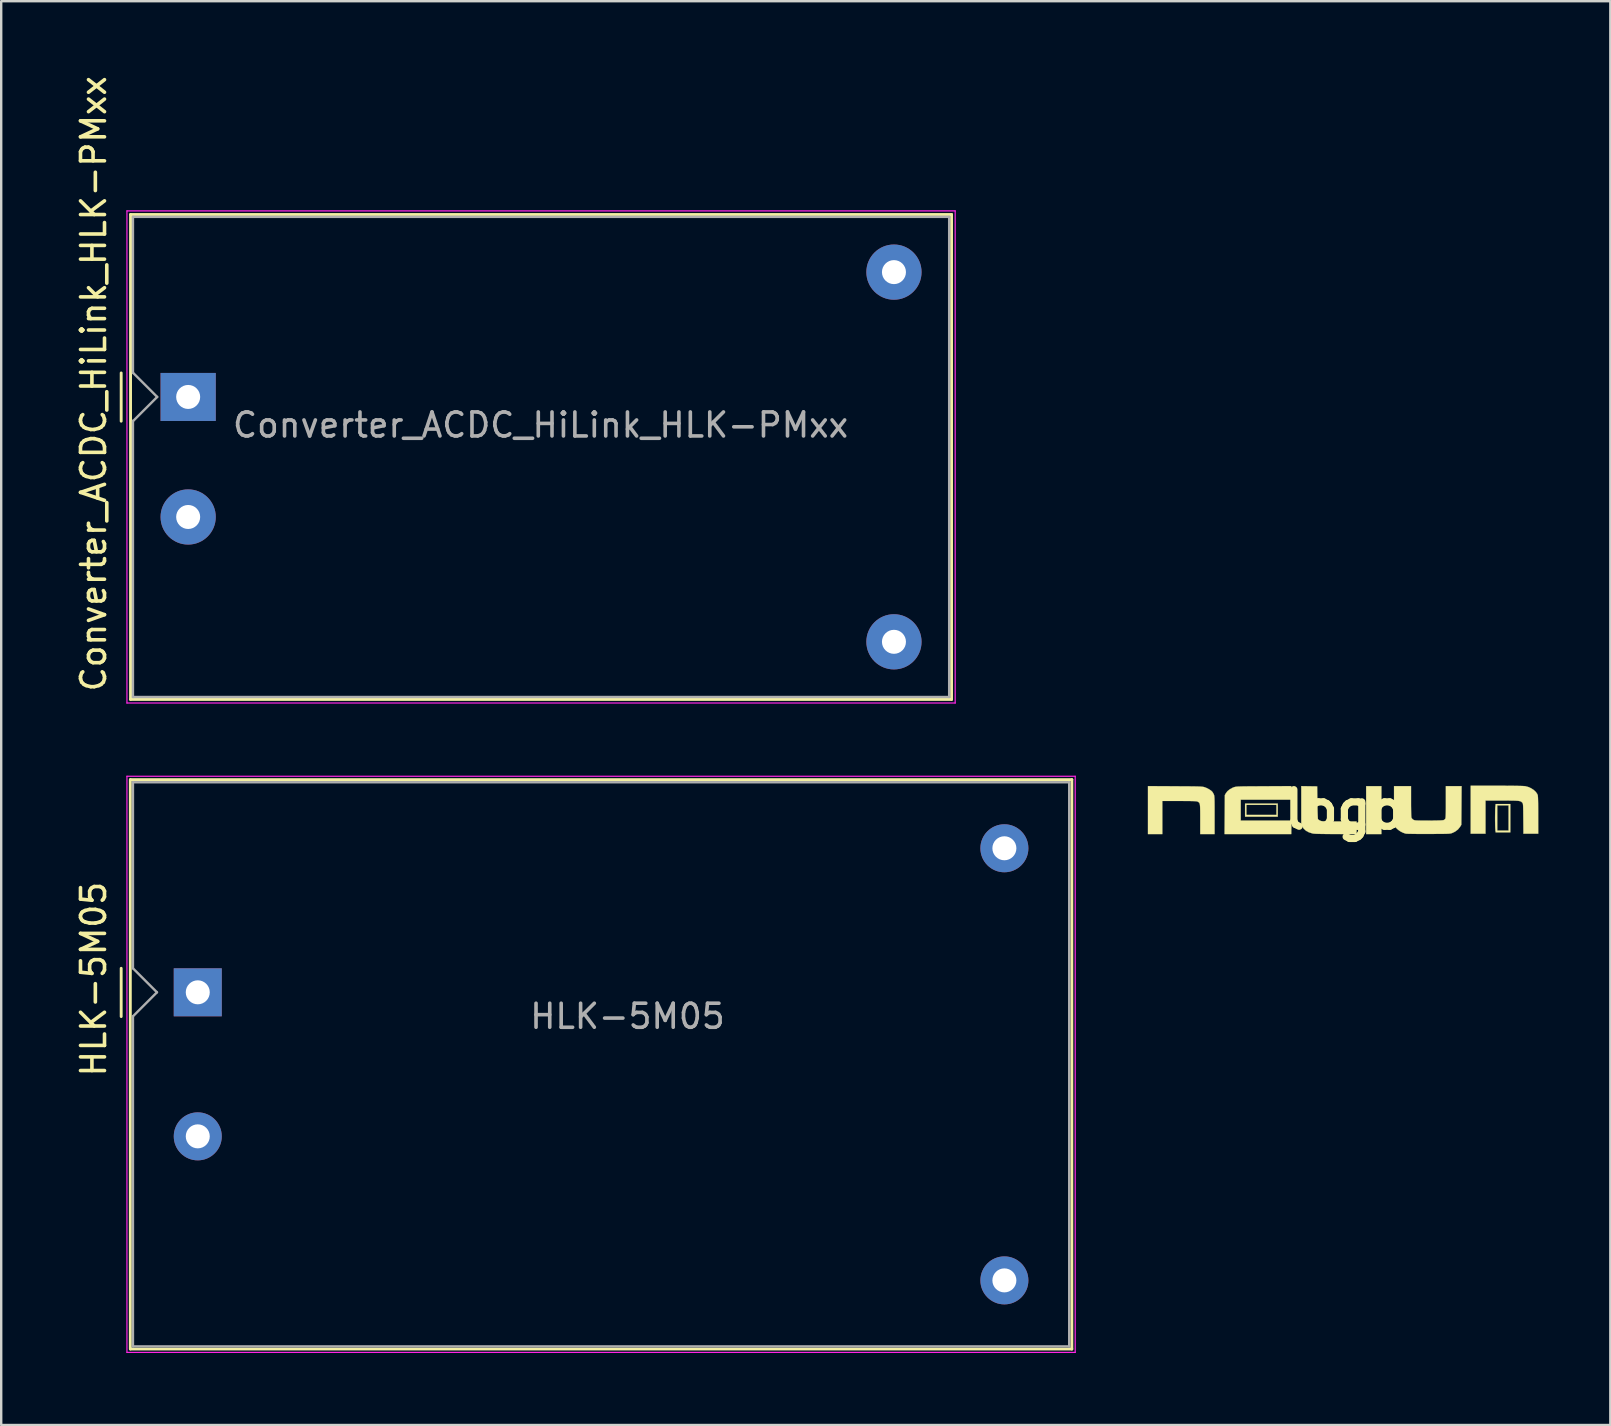
<source format=kicad_pcb>
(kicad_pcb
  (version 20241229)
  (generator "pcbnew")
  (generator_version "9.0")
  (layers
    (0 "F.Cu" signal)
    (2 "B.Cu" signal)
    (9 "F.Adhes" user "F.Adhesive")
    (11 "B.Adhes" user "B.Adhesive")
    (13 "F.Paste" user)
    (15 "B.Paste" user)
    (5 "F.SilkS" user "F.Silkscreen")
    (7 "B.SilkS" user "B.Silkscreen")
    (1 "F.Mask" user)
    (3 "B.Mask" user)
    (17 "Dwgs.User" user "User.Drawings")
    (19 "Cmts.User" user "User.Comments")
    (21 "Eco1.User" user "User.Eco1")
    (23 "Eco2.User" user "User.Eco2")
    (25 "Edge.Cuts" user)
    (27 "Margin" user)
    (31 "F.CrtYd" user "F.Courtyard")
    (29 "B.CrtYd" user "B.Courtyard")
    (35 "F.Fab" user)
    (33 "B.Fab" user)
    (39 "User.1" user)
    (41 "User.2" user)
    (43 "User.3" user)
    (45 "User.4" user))
  (footprint "Converter_ACDC_HiLink_HLK-PMxx"
    (layer "F.Cu")
    (at 4.788 13.485)
    (property "Reference" "Converter_ACDC_HiLink_HLK-PMxx" (at -3.94 -0.55 90) (layer "F.SilkS") (effects (font (size 1 1) (thickness 0.15))))
    (attr through_hole)
    (fp_line (start -2.79 -1) (end -2.79 1.01) (stroke (width 0.12) (type solid)) (layer "F.SilkS"))
    (fp_line (start -2.4 -7.6) (end -2.4 12.6) (stroke (width 0.12) (type solid)) (layer "F.SilkS"))
    (fp_line (start -2.4 12.6) (end 31.8 12.6) (stroke (width 0.12) (type solid)) (layer "F.SilkS"))
    (fp_line (start 31.8 -7.6) (end -2.4 -7.6) (stroke (width 0.12) (type solid)) (layer "F.SilkS"))
    (fp_line (start 31.8 12.6) (end 31.8 -7.6) (stroke (width 0.12) (type solid)) (layer "F.SilkS"))
    (fp_line (start -2.55 -7.75) (end -2.55 12.75) (stroke (width 0.05) (type solid)) (layer "F.CrtYd"))
    (fp_line (start -2.55 12.75) (end 31.95 12.75) (stroke (width 0.05) (type solid)) (layer "F.CrtYd"))
    (fp_line (start 31.95 -7.75) (end -2.55 -7.75) (stroke (width 0.05) (type solid)) (layer "F.CrtYd"))
    (fp_line (start 31.95 12.75) (end 31.95 -7.75) (stroke (width 0.05) (type solid)) (layer "F.CrtYd"))
    (fp_line (start -2.3 -7.5) (end 31.7 -7.5) (stroke (width 0.1) (type solid)) (layer "F.Fab"))
    (fp_line (start -2.3 -1) (end -2.3 -7.5) (stroke (width 0.1) (type solid)) (layer "F.Fab"))
    (fp_line (start -2.3 12.5) (end -2.3 0.99) (stroke (width 0.1) (type solid)) (layer "F.Fab"))
    (fp_line (start -2.3 12.5) (end 31.7 12.5) (stroke (width 0.1) (type solid)) (layer "F.Fab"))
    (fp_line (start -2.29 -1) (end -1.29 0) (stroke (width 0.1) (type solid)) (layer "F.Fab"))
    (fp_line (start -1.29 0) (end -2.29 1) (stroke (width 0.1) (type solid)) (layer "F.Fab"))
    (fp_line (start 31.7 12.5) (end 31.7 -7.5) (stroke (width 0.1) (type solid)) (layer "F.Fab"))
    (fp_text user "${REFERENCE}" (at 14.68 1.17 0) (layer "F.Fab") (effects (font (size 1 1) (thickness 0.15))))
    (pad "1" thru_hole rect (at 0 0) (size 2.3 2) (drill 1) (layers "*.Cu" "*.Mask"))
    (pad "2" thru_hole circle (at 0 5) (size 2.3 2.3) (drill 1) (layers "*.Cu" "*.Mask"))
    (pad "3" thru_hole circle (at 29.4 -5.2) (size 2.3 2.3) (drill 1) (layers "*.Cu" "*.Mask"))
    (pad "4" thru_hole circle (at 29.4 10.2) (size 2.3 2.3) (drill 1) (layers "*.Cu" "*.Mask")))
  (footprint "logo"
    (layer "F.Cu")
    (at 52.951 30.678)
    (property "Reference" "logo" (at 0 0 0) (layer "F.SilkS") (effects (font (size 1.524 1.524) (thickness 0.3))))
    (attr through_hole)
    (fp_poly (pts (xy 1.542 1.016) (xy 0.907 1.016) (xy 0.907 -0.98) (xy 1.542 -0.98) (xy 1.542 1.016)) (stroke (width 0.01) (type solid)) (fill yes) (layer "F.SilkS"))
    (fp_poly (pts (xy -2.776 0.29) (xy -4.137 0.29) (xy -4.137 -0.2) (xy -4.082 -0.2) (xy -4.082 0.218) (xy -2.83 0.218) (xy -2.83 -0.2) (xy -4.082 -0.2) (xy -4.137 -0.2) (xy -4.137 -0.254) (xy -2.776 -0.254) (xy -2.776 0.29)) (stroke (width 0.01) (type solid)) (fill yes) (layer "F.SilkS"))
    (fp_poly (pts (xy 6.912 0.943) (xy 6.301 0.943) (xy 6.289 0.832) (xy 6.285 0.779) (xy 6.282 0.697) (xy 6.28 0.594) (xy 6.278 0.479) (xy 6.277 0.359) (xy 6.277 0.354) (xy 6.278 0.234) (xy 6.28 0.118) (xy 6.282 0.015) (xy 6.285 -0.068) (xy 6.289 -0.123) (xy 6.289 -0.124) (xy 6.295 -0.181) (xy 6.368 -0.181) (xy 6.368 0.871) (xy 6.84 0.871) (xy 6.84 -0.181) (xy 6.368 -0.181) (xy 6.295 -0.181) (xy 6.301 -0.236) (xy 6.912 -0.236) (xy 6.912 0.943)) (stroke (width 0.01) (type solid)) (fill yes) (layer "F.SilkS"))
    (fp_poly (pts (xy -2.213 -0.417) (xy -4.318 -0.417) (xy -4.318 0.454) (xy -2.218 0.454) (xy -2.209 0.503) (xy -2.204 0.561) (xy -2.204 0.608) (xy -2.206 0.65) (xy -2.208 0.717) (xy -2.21 0.797) (xy -2.211 0.839) (xy -2.213 1.016) (xy -4.991 1.016) (xy -4.985 0.204) (xy -4.98 -0.608) (xy -4.935 -0.688) (xy -4.87 -0.772) (xy -4.776 -0.848) (xy -4.66 -0.912) (xy -4.614 -0.931) (xy -4.592 -0.939) (xy -4.569 -0.945) (xy -4.544 -0.951) (xy -4.512 -0.956) (xy -4.472 -0.96) (xy -4.42 -0.964) (xy -4.353 -0.966) (xy -4.269 -0.969) (xy -4.164 -0.97) (xy -4.037 -0.972) (xy -3.882 -0.973) (xy -3.699 -0.974) (xy -3.484 -0.975) (xy -3.361 -0.976) (xy -2.213 -0.982) (xy -2.213 -0.417)) (stroke (width 0.01) (type solid)) (fill yes) (layer "F.SilkS"))
    (fp_poly (pts (xy -1.465 -0.976) (xy -1.134 -0.971) (xy -1.125 -0.299) (xy -1.122 -0.146) (xy -1.119 -0.004) (xy -1.116 0.123) (xy -1.112 0.23) (xy -1.108 0.314) (xy -1.105 0.37) (xy -1.101 0.395) (xy -1.101 0.395) (xy -1.076 0.417) (xy -1.033 0.445) (xy -1.015 0.454) (xy -0.996 0.463) (xy -0.975 0.47) (xy -0.947 0.476) (xy -0.911 0.481) (xy -0.861 0.484) (xy -0.794 0.487) (xy -0.707 0.488) (xy -0.595 0.489) (xy -0.456 0.49) (xy -0.286 0.49) (xy -0.218 0.49) (xy 0.508 0.49) (xy 0.508 1.016) (xy -0.358 1.014) (xy -0.587 1.014) (xy -0.782 1.012) (xy -0.944 1.01) (xy -1.076 1.007) (xy -1.179 1.004) (xy -1.256 0.999) (xy -1.307 0.994) (xy -1.324 0.99) (xy -1.475 0.944) (xy -1.599 0.877) (xy -1.693 0.793) (xy -1.752 0.702) (xy -1.796 0.608) (xy -1.796 -0.186) (xy -1.796 -0.981) (xy -1.465 -0.976)) (stroke (width 0.01) (type solid)) (fill yes) (layer "F.SilkS"))
    (fp_poly (pts (xy 6.601 -0.998) (xy 6.828 -0.996) (xy 7.027 -0.995) (xy 7.196 -0.992) (xy 7.333 -0.99) (xy 7.438 -0.986) (xy 7.509 -0.982) (xy 7.54 -0.978) (xy 7.664 -0.944) (xy 7.782 -0.89) (xy 7.887 -0.821) (xy 7.973 -0.741) (xy 8.033 -0.656) (xy 8.055 -0.602) (xy 8.059 -0.567) (xy 8.064 -0.498) (xy 8.067 -0.398) (xy 8.07 -0.271) (xy 8.072 -0.118) (xy 8.073 0.057) (xy 8.073 0.231) (xy 8.074 0.998) (xy 7.458 0.998) (xy 7.453 0.374) (xy 7.451 0.206) (xy 7.45 0.072) (xy 7.448 -0.035) (xy 7.446 -0.116) (xy 7.443 -0.176) (xy 7.439 -0.219) (xy 7.433 -0.249) (xy 7.426 -0.269) (xy 7.418 -0.283) (xy 7.411 -0.291) (xy 7.39 -0.313) (xy 7.368 -0.331) (xy 7.342 -0.346) (xy 7.306 -0.357) (xy 7.259 -0.366) (xy 7.197 -0.372) (xy 7.115 -0.376) (xy 7.011 -0.379) (xy 6.881 -0.38) (xy 6.72 -0.381) (xy 6.568 -0.381) (xy 5.878 -0.381) (xy 5.878 0.998) (xy 5.261 0.998) (xy 5.261 -0.998) (xy 6.347 -0.998) (xy 6.601 -0.998)) (stroke (width 0.01) (type solid)) (fill yes) (layer "F.SilkS"))
    (fp_poly (pts (xy -7.053 -0.976) (xy -6.822 -0.974) (xy -6.625 -0.973) (xy -6.458 -0.972) (xy -6.319 -0.971) (xy -6.204 -0.969) (xy -6.111 -0.967) (xy -6.036 -0.964) (xy -5.977 -0.961) (xy -5.931 -0.957) (xy -5.895 -0.953) (xy -5.865 -0.947) (xy -5.839 -0.941) (xy -5.815 -0.933) (xy -5.804 -0.93) (xy -5.713 -0.892) (xy -5.623 -0.842) (xy -5.546 -0.789) (xy -5.501 -0.745) (xy -5.478 -0.711) (xy -5.451 -0.661) (xy -5.442 -0.644) (xy -5.434 -0.625) (xy -5.427 -0.603) (xy -5.421 -0.575) (xy -5.417 -0.537) (xy -5.413 -0.486) (xy -5.411 -0.419) (xy -5.409 -0.332) (xy -5.408 -0.221) (xy -5.407 -0.084) (xy -5.407 0.084) (xy -5.407 0.222) (xy -5.407 1.016) (xy -6.005 1.016) (xy -6.005 0.394) (xy -6.005 0.22) (xy -6.006 0.079) (xy -6.008 -0.033) (xy -6.011 -0.121) (xy -6.016 -0.187) (xy -6.024 -0.235) (xy -6.036 -0.269) (xy -6.051 -0.293) (xy -6.07 -0.311) (xy -6.095 -0.326) (xy -6.114 -0.336) (xy -6.133 -0.343) (xy -6.161 -0.349) (xy -6.202 -0.353) (xy -6.26 -0.357) (xy -6.338 -0.359) (xy -6.438 -0.361) (xy -6.566 -0.362) (xy -6.724 -0.363) (xy -6.875 -0.363) (xy -7.584 -0.363) (xy -7.584 1.016) (xy -8.182 1.016) (xy -8.182 -0.982) (xy -7.053 -0.976)) (stroke (width 0.01) (type solid)) (fill yes) (layer "F.SilkS"))
    (fp_poly (pts (xy 2.776 -0.346) (xy 2.776 -0.184) (xy 2.778 -0.036) (xy 2.78 0.091) (xy 2.783 0.196) (xy 2.787 0.275) (xy 2.791 0.323) (xy 2.794 0.334) (xy 2.821 0.375) (xy 2.864 0.413) (xy 2.871 0.417) (xy 2.889 0.427) (xy 2.91 0.435) (xy 2.938 0.442) (xy 2.977 0.446) (xy 3.03 0.449) (xy 3.103 0.452) (xy 3.2 0.453) (xy 3.323 0.453) (xy 3.479 0.453) (xy 3.503 0.454) (xy 3.674 0.453) (xy 3.823 0.451) (xy 3.946 0.448) (xy 4.04 0.444) (xy 4.104 0.439) (xy 4.131 0.435) (xy 4.177 0.407) (xy 4.207 0.37) (xy 4.213 0.34) (xy 4.218 0.28) (xy 4.222 0.188) (xy 4.225 0.064) (xy 4.227 -0.094) (xy 4.227 -0.287) (xy 4.227 -0.327) (xy 4.227 -0.98) (xy 4.882 -0.98) (xy 4.877 -0.175) (xy 4.871 0.629) (xy 4.817 0.717) (xy 4.729 0.825) (xy 4.611 0.913) (xy 4.505 0.965) (xy 4.48 0.974) (xy 4.456 0.982) (xy 4.43 0.989) (xy 4.398 0.994) (xy 4.357 0.999) (xy 4.303 1.002) (xy 4.233 1.004) (xy 4.144 1.006) (xy 4.032 1.007) (xy 3.895 1.008) (xy 3.728 1.009) (xy 3.528 1.01) (xy 3.511 1.01) (xy 3.332 1.01) (xy 3.163 1.01) (xy 3.006 1.009) (xy 2.867 1.007) (xy 2.748 1.005) (xy 2.653 1.003) (xy 2.587 1) (xy 2.554 0.997) (xy 2.553 0.997) (xy 2.441 0.959) (xy 2.333 0.904) (xy 2.237 0.836) (xy 2.158 0.762) (xy 2.105 0.685) (xy 2.088 0.644) (xy 2.083 0.604) (xy 2.078 0.529) (xy 2.074 0.419) (xy 2.071 0.275) (xy 2.069 0.099) (xy 2.068 -0.109) (xy 2.068 -0.204) (xy 2.068 -0.98) (xy 2.776 -0.98) (xy 2.776 -0.346)) (stroke (width 0.01) (type solid)) (fill yes) (layer "F.SilkS")))
  (footprint "HLK-5M05"
    (layer "F.Cu")
    (at 5.188 38.285)
    (property "Reference" "HLK-5M05" (at -4.34 -0.55 90) (layer "F.SilkS") (effects (font (size 1 1) (thickness 0.15))))
    (attr through_hole)
    (fp_line (start -3.19 -1) (end -3.19 1.01) (stroke (width 0.12) (type solid)) (layer "F.SilkS"))
    (fp_line (start -2.81 -8.86) (end -2.81 14.86) (stroke (width 0.12) (type solid)) (layer "F.SilkS"))
    (fp_line (start -2.8 14.86) (end 36.41 14.86) (stroke (width 0.12) (type solid)) (layer "F.SilkS"))
    (fp_line (start 36.41 -8.86) (end -2.8 -8.86) (stroke (width 0.12) (type solid)) (layer "F.SilkS"))
    (fp_line (start 36.41 14.86) (end 36.41 -8.86) (stroke (width 0.12) (type solid)) (layer "F.SilkS"))
    (fp_line (start -2.95 -9) (end -2.95 15) (stroke (width 0.05) (type solid)) (layer "F.CrtYd"))
    (fp_line (start -2.95 15) (end 36.55 15) (stroke (width 0.05) (type solid)) (layer "F.CrtYd"))
    (fp_line (start 36.55 -9) (end -2.95 -9) (stroke (width 0.05) (type solid)) (layer "F.CrtYd"))
    (fp_line (start 36.55 15) (end 36.55 -9) (stroke (width 0.05) (type solid)) (layer "F.CrtYd"))
    (fp_line (start -2.7 -8.75) (end 36.3 -8.75) (stroke (width 0.1) (type solid)) (layer "F.Fab"))
    (fp_line (start -2.7 -1) (end -2.7 -8.75) (stroke (width 0.1) (type solid)) (layer "F.Fab"))
    (fp_line (start -2.7 -1) (end -1.7 0) (stroke (width 0.1) (type solid)) (layer "F.Fab"))
    (fp_line (start -2.7 14.75) (end -2.7 1) (stroke (width 0.1) (type solid)) (layer "F.Fab"))
    (fp_line (start -2.7 14.75) (end 36.3 14.75) (stroke (width 0.1) (type solid)) (layer "F.Fab"))
    (fp_line (start -1.7 0) (end -2.7 1) (stroke (width 0.1) (type solid)) (layer "F.Fab"))
    (fp_line (start 36.3 14.75) (end 36.3 -8.75) (stroke (width 0.1) (type solid)) (layer "F.Fab"))
    (fp_text user "${REFERENCE}" (at 17.9 1 0) (layer "F.Fab") (effects (font (size 1 1) (thickness 0.15))))
    (pad "1" thru_hole rect (at 0 0) (size 2 2) (drill 1) (layers "*.Cu" "*.Mask"))
    (pad "2" thru_hole circle (at 0 6) (size 2 2) (drill 1) (layers "*.Cu" "*.Mask"))
    (pad "3" thru_hole circle (at 33.6 -6) (size 2 2) (drill 1) (layers "*.Cu" "*.Mask"))
    (pad "4" thru_hole circle (at 33.6 12) (size 2 2) (drill 1) (layers "*.Cu" "*.Mask")))
  (gr_rect
    (start -3 -3)
    (end 64.029 56.31)
    (stroke (width 0.1) (type default))
    (fill no)
    (layer "Edge.Cuts")))
</source>
